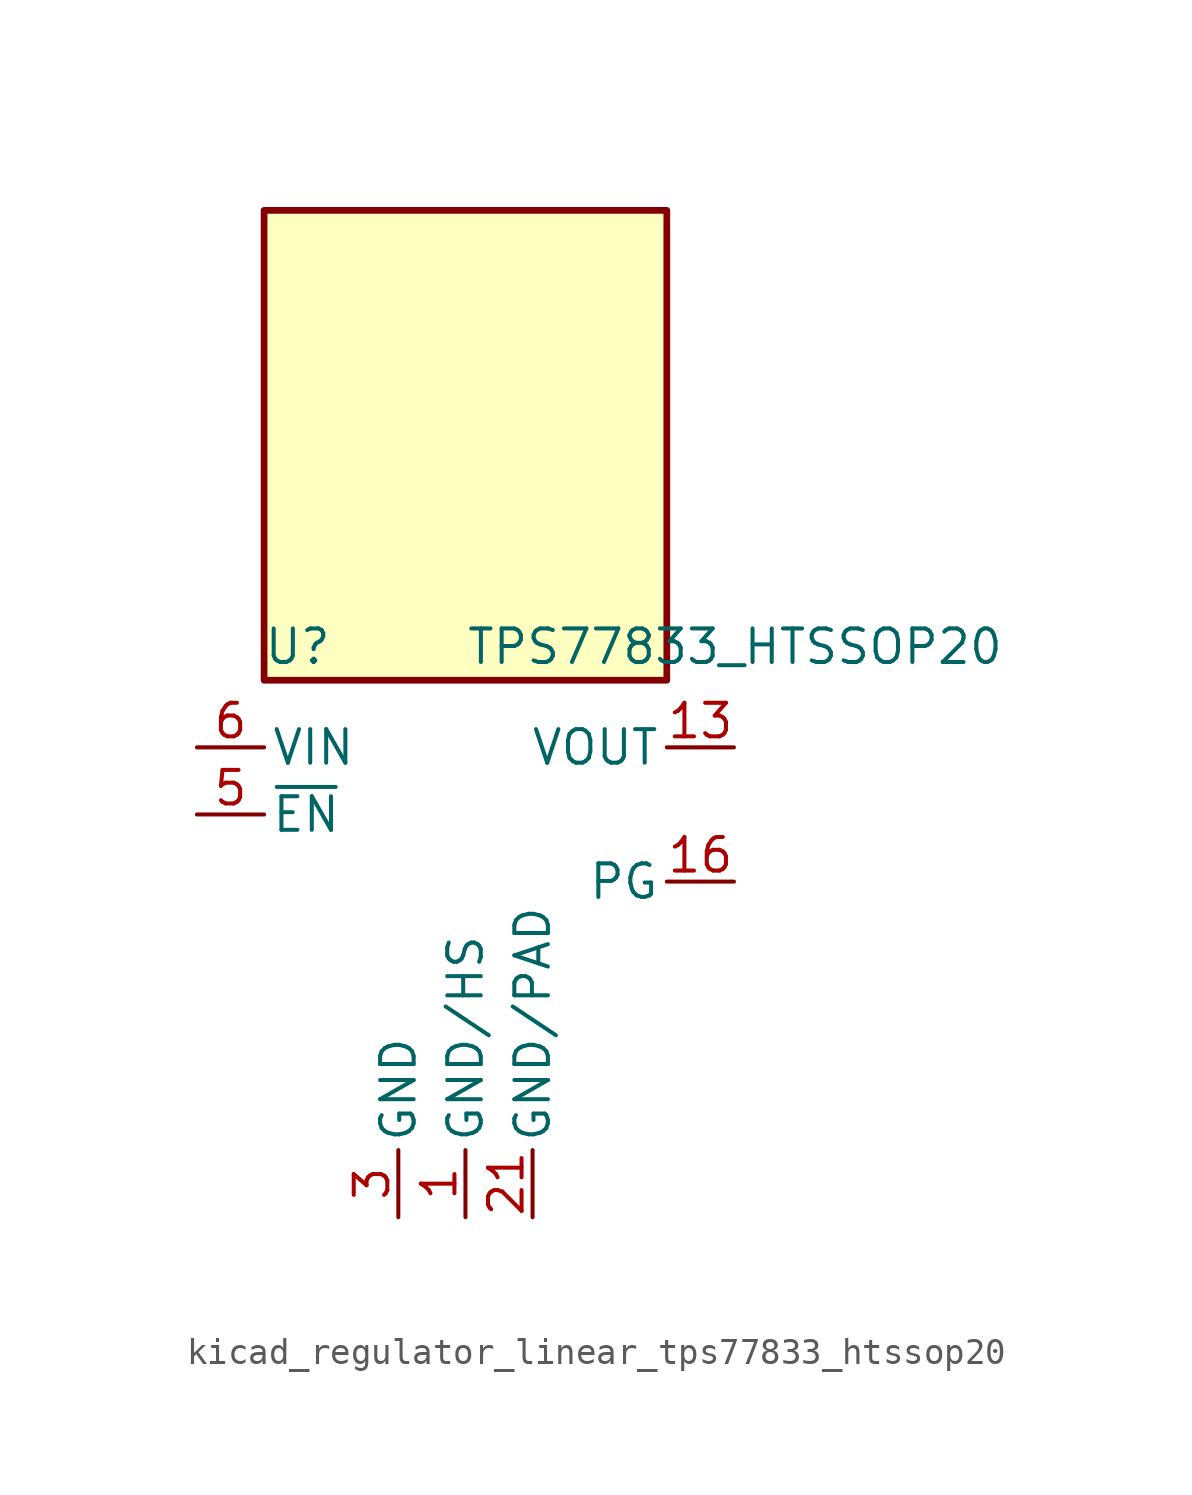
<source format=kicad_sym>
(kicad_symbol_lib
  (version 20220914)
  (generator kicad_symbol_editor)
  (symbol "kicad_regulator_linear_tps77833_htssop20"
    (pin_names
      (offset 0.254))
    (property "Reference" "U"
      (at -6.35 8.89 0)
      (effects (font (size 1.27 1.27))))
    (property "Value" "TPS77833_HTSSOP20"
      (at 0 8.89 0)
      (effects (font (size 1.27 1.27)) (justify left)))
    (symbol "kicad_regulator_linear_tps77833_htssop20_0_1"
      (rectangle (start 7.62 25.4) (end -7.62 7.62) (stroke (width 0.254) (type default)) (fill (type background))))
    (symbol "kicad_regulator_linear_tps77833_htssop20_1_1"
      (pin power_in line (at 0 -12.7 90) (length 2.54) (name "GND/HS" (effects (font (size 1.27 1.27)))) (number "1" (effects (font (size 1.27 1.27)))))
      (pin passive line (at 0 -12.7 90) (length 2.54) hide (name "GND/HS" (effects (font (size 1.27 1.27)))) (number "10" (effects (font (size 1.27 1.27)))))
      (pin passive line (at 0 -12.7 90) (length 2.54) hide (name "GND/HS" (effects (font (size 1.27 1.27)))) (number "11" (effects (font (size 1.27 1.27)))))
      (pin passive line (at 0 -12.7 90) (length 2.54) hide (name "GND/HS" (effects (font (size 1.27 1.27)))) (number "12" (effects (font (size 1.27 1.27)))))
      (pin power_out line (at 10.16 5.08 180) (length 2.54) (name "VOUT" (effects (font (size 1.27 1.27)))) (number "13" (effects (font (size 1.27 1.27)))))
      (pin passive line (at 10.16 5.08 180) (length 2.54) hide (name "VOUT" (effects (font (size 1.27 1.27)))) (number "14" (effects (font (size 1.27 1.27)))))
      (pin no_connect line (at 7.62 2.54 180) (length 2.54) hide (name "NC" (effects (font (size 1.27 1.27)))) (number "15" (effects (font (size 1.27 1.27)))))
      (pin open_collector line (at 10.16 0 180) (length 2.54) (name "PG" (effects (font (size 1.27 1.27)))) (number "16" (effects (font (size 1.27 1.27)))))
      (pin no_connect line (at 7.62 -2.54 180) (length 2.54) hide (name "NC" (effects (font (size 1.27 1.27)))) (number "17" (effects (font (size 1.27 1.27)))))
      (pin no_connect line (at 7.62 -5.08 180) (length 2.54) hide (name "NC" (effects (font (size 1.27 1.27)))) (number "18" (effects (font (size 1.27 1.27)))))
      (pin passive line (at 0 -12.7 90) (length 2.54) hide (name "GND/HS" (effects (font (size 1.27 1.27)))) (number "19" (effects (font (size 1.27 1.27)))))
      (pin passive line (at 0 -12.7 90) (length 2.54) hide (name "GND/HS" (effects (font (size 1.27 1.27)))) (number "2" (effects (font (size 1.27 1.27)))))
      (pin passive line (at 0 -12.7 90) (length 2.54) hide (name "GND/HS" (effects (font (size 1.27 1.27)))) (number "20" (effects (font (size 1.27 1.27)))))
      (pin power_in line (at 2.54 -12.7 90) (length 2.54) (name "GND/PAD" (effects (font (size 1.27 1.27)))) (number "21" (effects (font (size 1.27 1.27)))))
      (pin power_in line (at -2.54 -12.7 90) (length 2.54) (name "GND" (effects (font (size 1.27 1.27)))) (number "3" (effects (font (size 1.27 1.27)))))
      (pin no_connect line (at -7.62 0 0) (length 2.54) hide (name "NC" (effects (font (size 1.27 1.27)))) (number "4" (effects (font (size 1.27 1.27)))))
      (pin input line (at -10.16 2.54 0) (length 2.54) (name "~{EN}" (effects (font (size 1.27 1.27)))) (number "5" (effects (font (size 1.27 1.27)))))
      (pin power_in line (at -10.16 5.08 0) (length 2.54) (name "VIN" (effects (font (size 1.27 1.27)))) (number "6" (effects (font (size 1.27 1.27)))))
      (pin passive line (at -10.16 5.08 0) (length 2.54) hide (name "VIN" (effects (font (size 1.27 1.27)))) (number "7" (effects (font (size 1.27 1.27)))))
      (pin no_connect line (at -7.62 -2.54 0) (length 2.54) hide (name "NC" (effects (font (size 1.27 1.27)))) (number "8" (effects (font (size 1.27 1.27)))))
      (pin passive line (at 0 -12.7 90) (length 2.54) hide (name "GND/HS" (effects (font (size 1.27 1.27)))) (number "9" (effects (font (size 1.27 1.27))))))))
</source>
